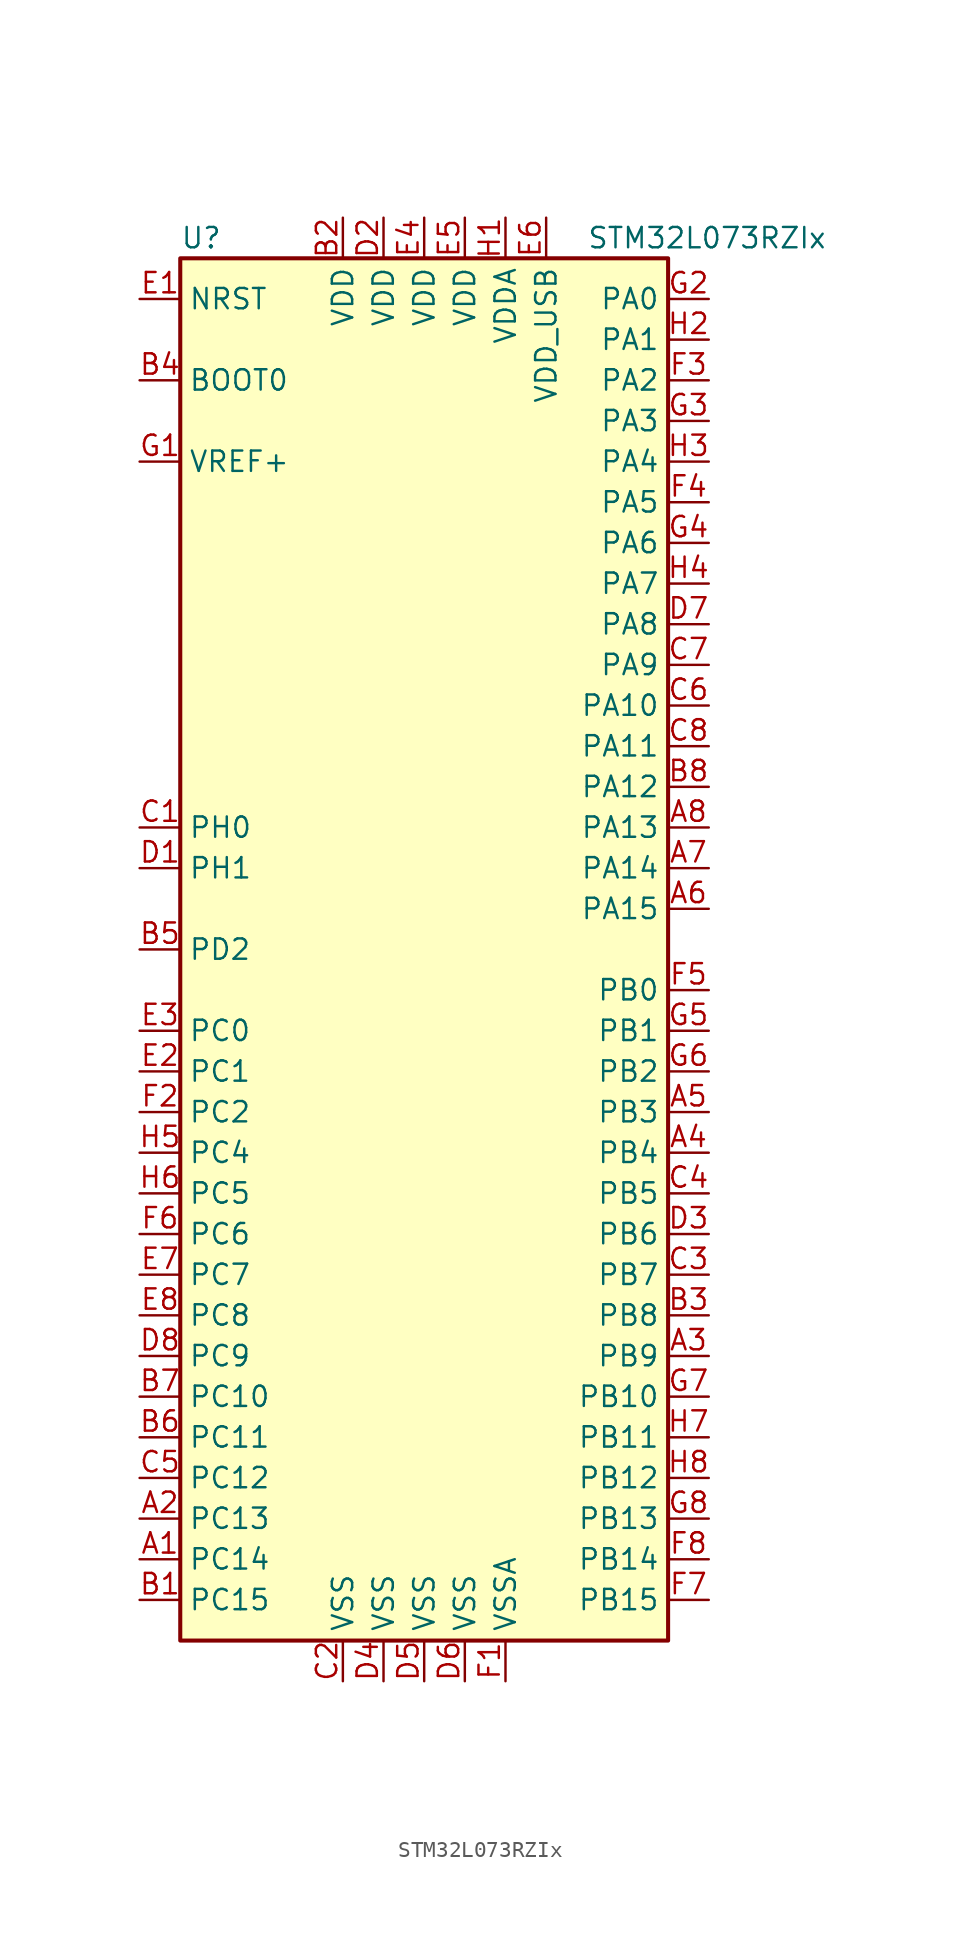
<source format=kicad_sym>
(kicad_symbol_lib
  (version 20211014)
  (generator kicad_symbol_editor)
  (symbol "STM32L073RZIx"
    (property "Reference" "U"
      (at -15.24 44.45 0)
      (effects (font (size 1.27 1.27)) (justify left)))
    (property "Value" "STM32L073RZIx"
      (at 10.16 44.45 0)
      (effects (font (size 1.27 1.27)) (justify left)))
    (symbol "STM32L073RZIx_0_1"
      (rectangle (start -15.24 -43.18) (end 15.24 43.18) (stroke (width 0.254) (type default) (color 0 0 0 0)) (fill (type background))))
    (symbol "STM32L073RZIx_1_1"
      (pin bidirectional line (at -17.78 -38.1 0) (length 2.54) (name "PC14" (effects (font (size 1.27 1.27)))) (number "A1" (effects (font (size 1.27 1.27)))))
      (pin bidirectional line (at -17.78 -35.56 0) (length 2.54) (name "PC13" (effects (font (size 1.27 1.27)))) (number "A2" (effects (font (size 1.27 1.27)))))
      (pin bidirectional line (at 17.78 -25.4 180) (length 2.54) (name "PB9" (effects (font (size 1.27 1.27)))) (number "A3" (effects (font (size 1.27 1.27)))))
      (pin bidirectional line (at 17.78 -12.7 180) (length 2.54) (name "PB4" (effects (font (size 1.27 1.27)))) (number "A4" (effects (font (size 1.27 1.27)))))
      (pin bidirectional line (at 17.78 -10.16 180) (length 2.54) (name "PB3" (effects (font (size 1.27 1.27)))) (number "A5" (effects (font (size 1.27 1.27)))))
      (pin bidirectional line (at 17.78 2.54 180) (length 2.54) (name "PA15" (effects (font (size 1.27 1.27)))) (number "A6" (effects (font (size 1.27 1.27)))))
      (pin bidirectional line (at 17.78 5.08 180) (length 2.54) (name "PA14" (effects (font (size 1.27 1.27)))) (number "A7" (effects (font (size 1.27 1.27)))))
      (pin bidirectional line (at 17.78 7.62 180) (length 2.54) (name "PA13" (effects (font (size 1.27 1.27)))) (number "A8" (effects (font (size 1.27 1.27)))))
      (pin bidirectional line (at -17.78 -40.64 0) (length 2.54) (name "PC15" (effects (font (size 1.27 1.27)))) (number "B1" (effects (font (size 1.27 1.27)))))
      (pin power_in line (at -5.08 45.72 270) (length 2.54) (name "VDD" (effects (font (size 1.27 1.27)))) (number "B2" (effects (font (size 1.27 1.27)))))
      (pin bidirectional line (at 17.78 -22.86 180) (length 2.54) (name "PB8" (effects (font (size 1.27 1.27)))) (number "B3" (effects (font (size 1.27 1.27)))))
      (pin input line (at -17.78 35.56 0) (length 2.54) (name "BOOT0" (effects (font (size 1.27 1.27)))) (number "B4" (effects (font (size 1.27 1.27)))))
      (pin bidirectional line (at -17.78 0 0) (length 2.54) (name "PD2" (effects (font (size 1.27 1.27)))) (number "B5" (effects (font (size 1.27 1.27)))))
      (pin bidirectional line (at -17.78 -30.48 0) (length 2.54) (name "PC11" (effects (font (size 1.27 1.27)))) (number "B6" (effects (font (size 1.27 1.27)))))
      (pin bidirectional line (at -17.78 -27.94 0) (length 2.54) (name "PC10" (effects (font (size 1.27 1.27)))) (number "B7" (effects (font (size 1.27 1.27)))))
      (pin bidirectional line (at 17.78 10.16 180) (length 2.54) (name "PA12" (effects (font (size 1.27 1.27)))) (number "B8" (effects (font (size 1.27 1.27)))))
      (pin input line (at -17.78 7.62 0) (length 2.54) (name "PH0" (effects (font (size 1.27 1.27)))) (number "C1" (effects (font (size 1.27 1.27)))))
      (pin power_in line (at -5.08 -45.72 90) (length 2.54) (name "VSS" (effects (font (size 1.27 1.27)))) (number "C2" (effects (font (size 1.27 1.27)))))
      (pin bidirectional line (at 17.78 -20.32 180) (length 2.54) (name "PB7" (effects (font (size 1.27 1.27)))) (number "C3" (effects (font (size 1.27 1.27)))))
      (pin bidirectional line (at 17.78 -15.24 180) (length 2.54) (name "PB5" (effects (font (size 1.27 1.27)))) (number "C4" (effects (font (size 1.27 1.27)))))
      (pin bidirectional line (at -17.78 -33.02 0) (length 2.54) (name "PC12" (effects (font (size 1.27 1.27)))) (number "C5" (effects (font (size 1.27 1.27)))))
      (pin bidirectional line (at 17.78 15.24 180) (length 2.54) (name "PA10" (effects (font (size 1.27 1.27)))) (number "C6" (effects (font (size 1.27 1.27)))))
      (pin bidirectional line (at 17.78 17.78 180) (length 2.54) (name "PA9" (effects (font (size 1.27 1.27)))) (number "C7" (effects (font (size 1.27 1.27)))))
      (pin bidirectional line (at 17.78 12.7 180) (length 2.54) (name "PA11" (effects (font (size 1.27 1.27)))) (number "C8" (effects (font (size 1.27 1.27)))))
      (pin input line (at -17.78 5.08 0) (length 2.54) (name "PH1" (effects (font (size 1.27 1.27)))) (number "D1" (effects (font (size 1.27 1.27)))))
      (pin power_in line (at -2.54 45.72 270) (length 2.54) (name "VDD" (effects (font (size 1.27 1.27)))) (number "D2" (effects (font (size 1.27 1.27)))))
      (pin bidirectional line (at 17.78 -17.78 180) (length 2.54) (name "PB6" (effects (font (size 1.27 1.27)))) (number "D3" (effects (font (size 1.27 1.27)))))
      (pin power_in line (at -2.54 -45.72 90) (length 2.54) (name "VSS" (effects (font (size 1.27 1.27)))) (number "D4" (effects (font (size 1.27 1.27)))))
      (pin power_in line (at 0 -45.72 90) (length 2.54) (name "VSS" (effects (font (size 1.27 1.27)))) (number "D5" (effects (font (size 1.27 1.27)))))
      (pin power_in line (at 2.54 -45.72 90) (length 2.54) (name "VSS" (effects (font (size 1.27 1.27)))) (number "D6" (effects (font (size 1.27 1.27)))))
      (pin bidirectional line (at 17.78 20.32 180) (length 2.54) (name "PA8" (effects (font (size 1.27 1.27)))) (number "D7" (effects (font (size 1.27 1.27)))))
      (pin bidirectional line (at -17.78 -25.4 0) (length 2.54) (name "PC9" (effects (font (size 1.27 1.27)))) (number "D8" (effects (font (size 1.27 1.27)))))
      (pin input line (at -17.78 40.64 0) (length 2.54) (name "NRST" (effects (font (size 1.27 1.27)))) (number "E1" (effects (font (size 1.27 1.27)))))
      (pin bidirectional line (at -17.78 -7.62 0) (length 2.54) (name "PC1" (effects (font (size 1.27 1.27)))) (number "E2" (effects (font (size 1.27 1.27)))))
      (pin bidirectional line (at -17.78 -5.08 0) (length 2.54) (name "PC0" (effects (font (size 1.27 1.27)))) (number "E3" (effects (font (size 1.27 1.27)))))
      (pin power_in line (at 0 45.72 270) (length 2.54) (name "VDD" (effects (font (size 1.27 1.27)))) (number "E4" (effects (font (size 1.27 1.27)))))
      (pin power_in line (at 2.54 45.72 270) (length 2.54) (name "VDD" (effects (font (size 1.27 1.27)))) (number "E5" (effects (font (size 1.27 1.27)))))
      (pin power_in line (at 7.62 45.72 270) (length 2.54) (name "VDD_USB" (effects (font (size 1.27 1.27)))) (number "E6" (effects (font (size 1.27 1.27)))))
      (pin bidirectional line (at -17.78 -20.32 0) (length 2.54) (name "PC7" (effects (font (size 1.27 1.27)))) (number "E7" (effects (font (size 1.27 1.27)))))
      (pin bidirectional line (at -17.78 -22.86 0) (length 2.54) (name "PC8" (effects (font (size 1.27 1.27)))) (number "E8" (effects (font (size 1.27 1.27)))))
      (pin power_in line (at 5.08 -45.72 90) (length 2.54) (name "VSSA" (effects (font (size 1.27 1.27)))) (number "F1" (effects (font (size 1.27 1.27)))))
      (pin bidirectional line (at -17.78 -10.16 0) (length 2.54) (name "PC2" (effects (font (size 1.27 1.27)))) (number "F2" (effects (font (size 1.27 1.27)))))
      (pin bidirectional line (at 17.78 35.56 180) (length 2.54) (name "PA2" (effects (font (size 1.27 1.27)))) (number "F3" (effects (font (size 1.27 1.27)))))
      (pin bidirectional line (at 17.78 27.94 180) (length 2.54) (name "PA5" (effects (font (size 1.27 1.27)))) (number "F4" (effects (font (size 1.27 1.27)))))
      (pin bidirectional line (at 17.78 -2.54 180) (length 2.54) (name "PB0" (effects (font (size 1.27 1.27)))) (number "F5" (effects (font (size 1.27 1.27)))))
      (pin bidirectional line (at -17.78 -17.78 0) (length 2.54) (name "PC6" (effects (font (size 1.27 1.27)))) (number "F6" (effects (font (size 1.27 1.27)))))
      (pin bidirectional line (at 17.78 -40.64 180) (length 2.54) (name "PB15" (effects (font (size 1.27 1.27)))) (number "F7" (effects (font (size 1.27 1.27)))))
      (pin bidirectional line (at 17.78 -38.1 180) (length 2.54) (name "PB14" (effects (font (size 1.27 1.27)))) (number "F8" (effects (font (size 1.27 1.27)))))
      (pin power_in line (at -17.78 30.48 0) (length 2.54) (name "VREF+" (effects (font (size 1.27 1.27)))) (number "G1" (effects (font (size 1.27 1.27)))))
      (pin bidirectional line (at 17.78 40.64 180) (length 2.54) (name "PA0" (effects (font (size 1.27 1.27)))) (number "G2" (effects (font (size 1.27 1.27)))))
      (pin bidirectional line (at 17.78 33.02 180) (length 2.54) (name "PA3" (effects (font (size 1.27 1.27)))) (number "G3" (effects (font (size 1.27 1.27)))))
      (pin bidirectional line (at 17.78 25.4 180) (length 2.54) (name "PA6" (effects (font (size 1.27 1.27)))) (number "G4" (effects (font (size 1.27 1.27)))))
      (pin bidirectional line (at 17.78 -5.08 180) (length 2.54) (name "PB1" (effects (font (size 1.27 1.27)))) (number "G5" (effects (font (size 1.27 1.27)))))
      (pin bidirectional line (at 17.78 -7.62 180) (length 2.54) (name "PB2" (effects (font (size 1.27 1.27)))) (number "G6" (effects (font (size 1.27 1.27)))))
      (pin bidirectional line (at 17.78 -27.94 180) (length 2.54) (name "PB10" (effects (font (size 1.27 1.27)))) (number "G7" (effects (font (size 1.27 1.27)))))
      (pin bidirectional line (at 17.78 -35.56 180) (length 2.54) (name "PB13" (effects (font (size 1.27 1.27)))) (number "G8" (effects (font (size 1.27 1.27)))))
      (pin power_in line (at 5.08 45.72 270) (length 2.54) (name "VDDA" (effects (font (size 1.27 1.27)))) (number "H1" (effects (font (size 1.27 1.27)))))
      (pin bidirectional line (at 17.78 38.1 180) (length 2.54) (name "PA1" (effects (font (size 1.27 1.27)))) (number "H2" (effects (font (size 1.27 1.27)))))
      (pin bidirectional line (at 17.78 30.48 180) (length 2.54) (name "PA4" (effects (font (size 1.27 1.27)))) (number "H3" (effects (font (size 1.27 1.27)))))
      (pin bidirectional line (at 17.78 22.86 180) (length 2.54) (name "PA7" (effects (font (size 1.27 1.27)))) (number "H4" (effects (font (size 1.27 1.27)))))
      (pin bidirectional line (at -17.78 -12.7 0) (length 2.54) (name "PC4" (effects (font (size 1.27 1.27)))) (number "H5" (effects (font (size 1.27 1.27)))))
      (pin bidirectional line (at -17.78 -15.24 0) (length 2.54) (name "PC5" (effects (font (size 1.27 1.27)))) (number "H6" (effects (font (size 1.27 1.27)))))
      (pin bidirectional line (at 17.78 -30.48 180) (length 2.54) (name "PB11" (effects (font (size 1.27 1.27)))) (number "H7" (effects (font (size 1.27 1.27)))))
      (pin bidirectional line (at 17.78 -33.02 180) (length 2.54) (name "PB12" (effects (font (size 1.27 1.27)))) (number "H8" (effects (font (size 1.27 1.27))))))))
</source>
